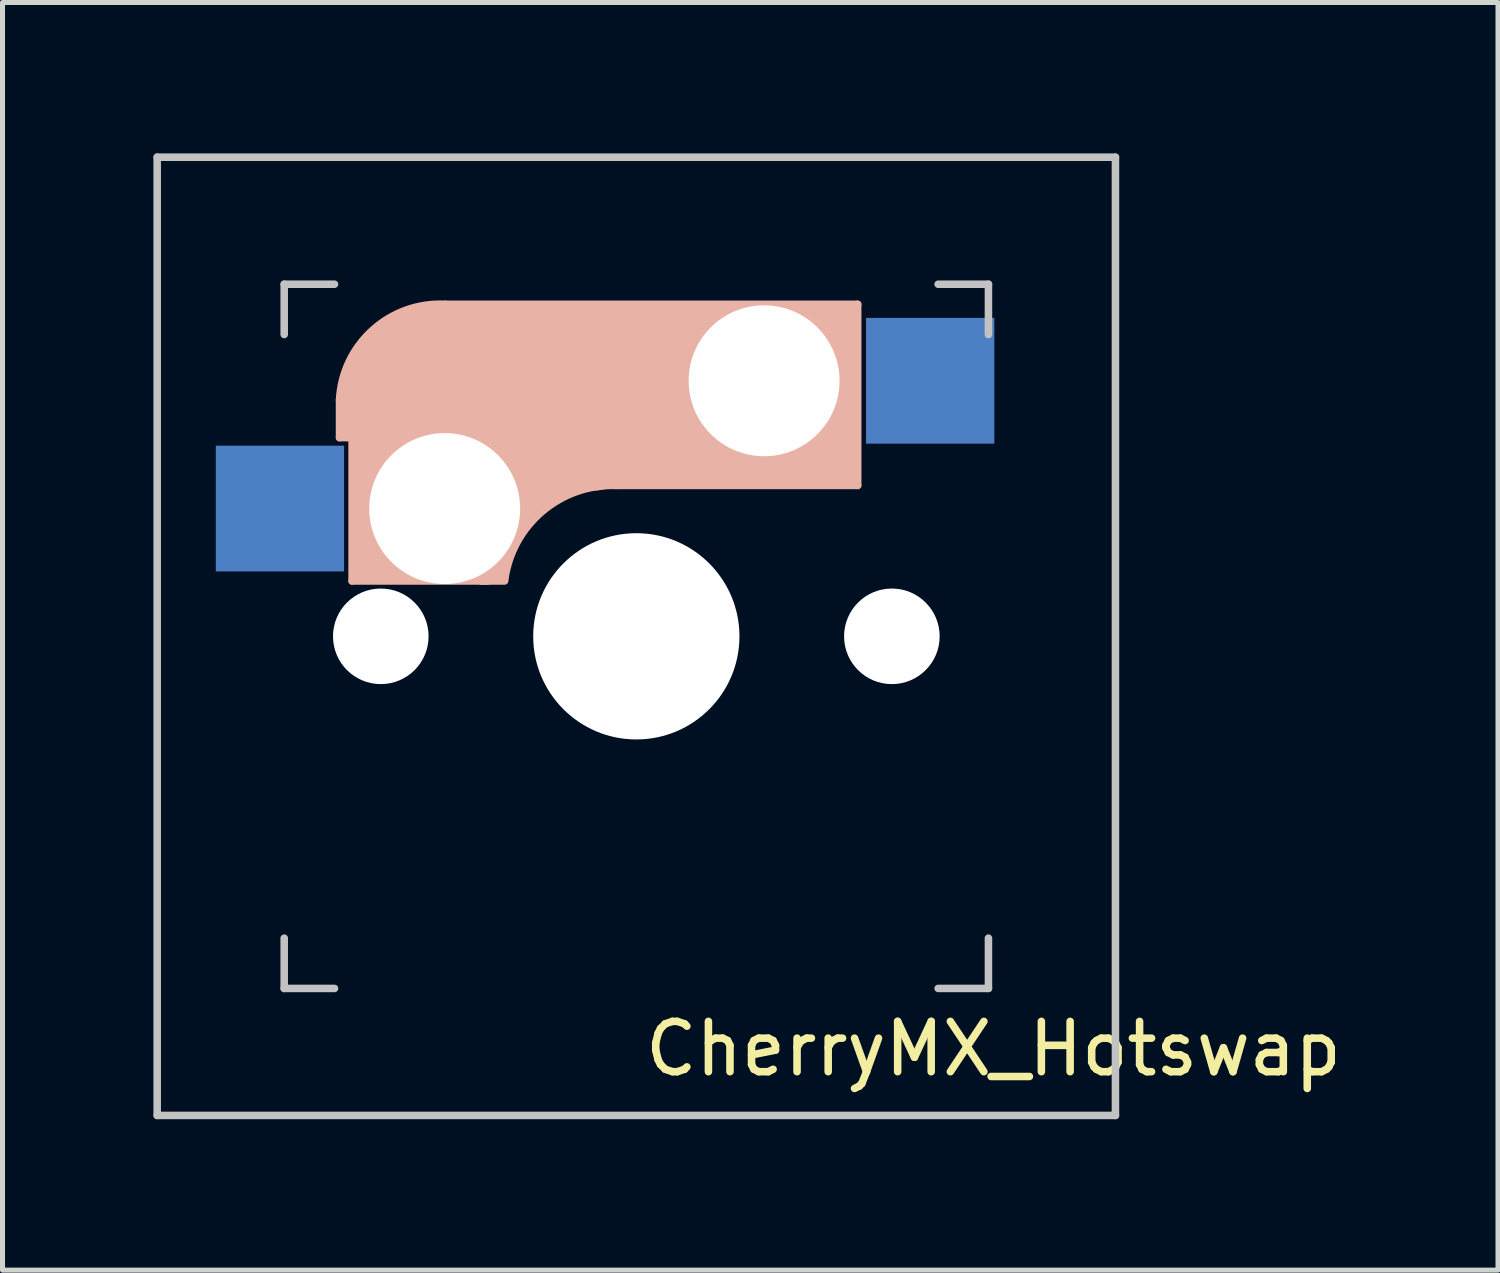
<source format=kicad_pcb>
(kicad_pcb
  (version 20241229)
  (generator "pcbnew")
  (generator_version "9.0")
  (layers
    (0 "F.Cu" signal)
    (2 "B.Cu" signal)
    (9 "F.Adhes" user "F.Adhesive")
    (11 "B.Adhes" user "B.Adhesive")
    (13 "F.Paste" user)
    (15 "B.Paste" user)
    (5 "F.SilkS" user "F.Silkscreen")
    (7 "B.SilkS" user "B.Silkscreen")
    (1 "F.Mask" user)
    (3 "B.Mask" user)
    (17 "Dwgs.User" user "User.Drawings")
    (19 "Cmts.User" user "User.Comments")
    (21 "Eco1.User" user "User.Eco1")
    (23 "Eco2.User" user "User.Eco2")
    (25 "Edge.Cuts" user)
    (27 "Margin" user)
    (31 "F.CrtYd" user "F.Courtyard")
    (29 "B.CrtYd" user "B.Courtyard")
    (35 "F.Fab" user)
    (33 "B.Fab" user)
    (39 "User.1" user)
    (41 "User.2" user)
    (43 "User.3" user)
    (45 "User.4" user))
  (footprint "CherryMX_Hotswap"
    (layer "F.Cu")
    (at 9.6 9.6)
    (property "Reference" "CherryMX_Hotswap" (at 7.1 8.2 0) (layer "F.SilkS") (effects (font (size 1 1) (thickness 0.15))))
    (attr smd)
    (fp_line (start -5.9 -4.7) (end -5.9 -3.95) (stroke (width 0.15) (type solid)) (layer "B.SilkS"))
    (fp_line (start -5.9 -3.95) (end -5.7 -3.95) (stroke (width 0.15) (type solid)) (layer "B.SilkS"))
    (fp_line (start -5.8 -4.05) (end -5.8 -4.7) (stroke (width 0.3) (type solid)) (layer "B.SilkS"))
    (fp_line (start -5.65 -5.55) (end -5.65 -1.1) (stroke (width 0.15) (type solid)) (layer "B.SilkS"))
    (fp_line (start -5.65 -1.1) (end -2.62 -1.1) (stroke (width 0.15) (type solid)) (layer "B.SilkS"))
    (fp_line (start -5.45 -1.3) (end -3 -1.3) (stroke (width 0.5) (type solid)) (layer "B.SilkS"))
    (fp_line (start -5.3 -1.6) (end -5.3 -3.4) (stroke (width 0.8) (type solid)) (layer "B.SilkS"))
    (fp_line (start -4.17 -5.1) (end -4.17 -2.86) (stroke (width 3) (type solid)) (layer "B.SilkS"))
    (fp_line (start -0.4 -3) (end 4.4 -3) (stroke (width 0.15) (type solid)) (layer "B.SilkS"))
    (fp_line (start 2.6 -4.8) (end -4.1 -4.8) (stroke (width 3.5) (type solid)) (layer "B.SilkS"))
    (fp_line (start 3.9 -6) (end 3.9 -3.5) (stroke (width 1) (type solid)) (layer "B.SilkS"))
    (fp_line (start 4.2 -3.25) (end 2.9 -3.3) (stroke (width 0.5) (type solid)) (layer "B.SilkS"))
    (fp_line (start 4.25 -6.4) (end 3 -6.4) (stroke (width 0.4) (type solid)) (layer "B.SilkS"))
    (fp_line (start 4.38 -4) (end 4.38 -6.25) (stroke (width 0.15) (type solid)) (layer "B.SilkS"))
    (fp_line (start 4.4 -6.6) (end -3.8 -6.6) (stroke (width 0.15) (type solid)) (layer "B.SilkS"))
    (fp_line (start 4.4 -3) (end 4.4 -6.6) (stroke (width 0.15) (type solid)) (layer "B.SilkS"))
    (fp_arc (start -5.9 -4.699999) (mid -5.243504 -6.084924) (end -3.800001 -6.6) (stroke (width 0.15) (type solid)) (layer "B.SilkS"))
    (fp_arc (start -3.016318 -1.521471) (mid -2.268709 -2.886118) (end -0.8 -3.4) (stroke (width 1) (type solid)) (layer "B.SilkS"))
    (fp_arc (start -2.616318 -1.121471) (mid -1.868709 -2.486118) (end -0.4 -3) (stroke (width 0.15) (type solid)) (layer "B.SilkS"))
    (fp_line (start -9.525 -9.525) (end 9.525 -9.525) (stroke (width 0.15) (type solid)) (layer "Dwgs.User"))
    (fp_line (start -9.525 9.525) (end -9.525 -9.525) (stroke (width 0.15) (type solid)) (layer "Dwgs.User"))
    (fp_line (start -7 -7) (end -6 -7) (stroke (width 0.15) (type solid)) (layer "Dwgs.User"))
    (fp_line (start -7 -6) (end -7 -7) (stroke (width 0.15) (type solid)) (layer "Dwgs.User"))
    (fp_line (start -7 6) (end -7 7) (stroke (width 0.15) (type solid)) (layer "Dwgs.User"))
    (fp_line (start -7 7) (end -6 7) (stroke (width 0.15) (type solid)) (layer "Dwgs.User"))
    (fp_line (start 6 7) (end 7 7) (stroke (width 0.15) (type solid)) (layer "Dwgs.User"))
    (fp_line (start 7 -7) (end 6 -7) (stroke (width 0.15) (type solid)) (layer "Dwgs.User"))
    (fp_line (start 7 -7) (end 7 -6) (stroke (width 0.15) (type solid)) (layer "Dwgs.User"))
    (fp_line (start 7 7) (end 7 6) (stroke (width 0.15) (type solid)) (layer "Dwgs.User"))
    (fp_line (start 9.525 -9.525) (end 9.525 9.525) (stroke (width 0.15) (type solid)) (layer "Dwgs.User"))
    (fp_line (start 9.525 9.525) (end -9.525 9.525) (stroke (width 0.15) (type solid)) (layer "Dwgs.User"))
    (pad "" np_thru_hole circle (at -5.08 0) (size 1.9 1.9) (drill 1.9) (layers "*.Cu" "*.Mask"))
    (pad "" np_thru_hole circle (at -3.81 -2.54) (size 3 3) (drill 3) (layers "*.Cu" "*.Mask"))
    (pad "" np_thru_hole circle (at 0 0 90) (size 4.1 4.1) (drill 4.1) (layers "*.Cu" "*.Mask"))
    (pad "" np_thru_hole circle (at 2.54 -5.08) (size 3 3) (drill 3) (layers "*.Cu" "*.Mask"))
    (pad "" np_thru_hole circle (at 5.08 0) (size 1.9 1.9) (drill 1.9) (layers "*.Cu" "*.Mask"))
    (pad "1" smd rect (at -7.085 -2.54 180) (size 2.55 2.5) (layers "B.Cu" "B.Mask" "B.Paste"))
    (pad "2" smd rect (at 5.842 -5.08 180) (size 2.55 2.5) (layers "B.Cu" "B.Mask" "B.Paste")))
  (gr_rect
    (start -3 -3)
    (end 26.73 22.2)
    (stroke (width 0.1) (type default))
    (fill no)
    (layer "Edge.Cuts")))
</source>
